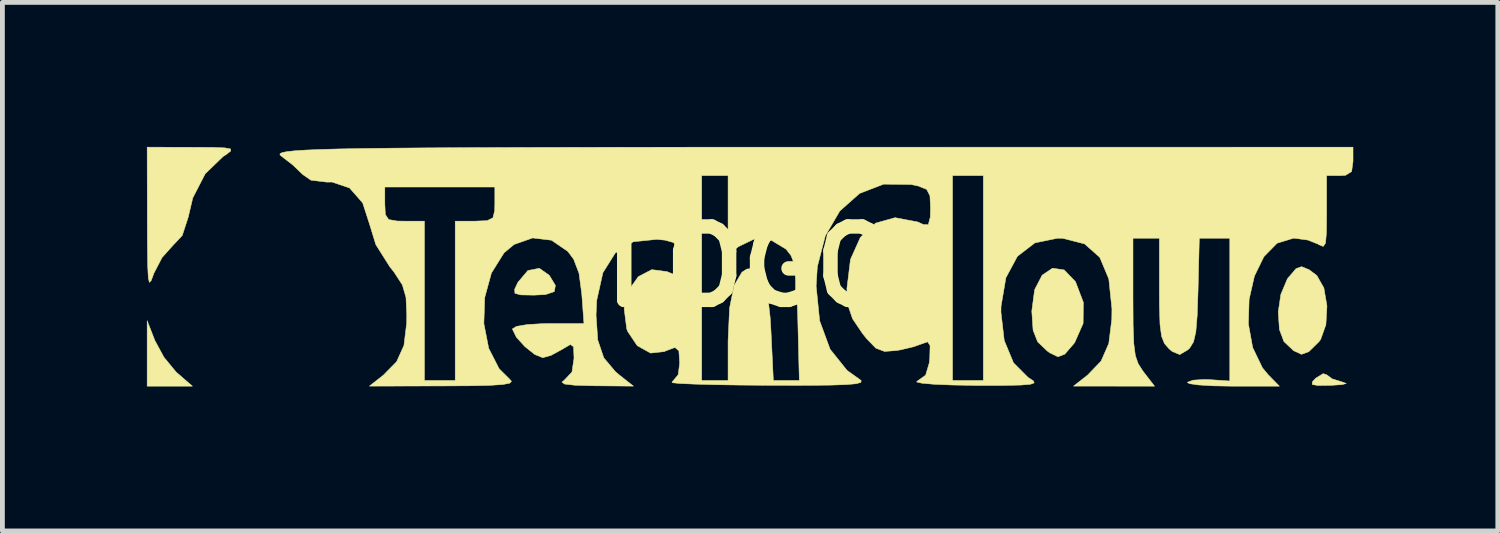
<source format=kicad_pcb>
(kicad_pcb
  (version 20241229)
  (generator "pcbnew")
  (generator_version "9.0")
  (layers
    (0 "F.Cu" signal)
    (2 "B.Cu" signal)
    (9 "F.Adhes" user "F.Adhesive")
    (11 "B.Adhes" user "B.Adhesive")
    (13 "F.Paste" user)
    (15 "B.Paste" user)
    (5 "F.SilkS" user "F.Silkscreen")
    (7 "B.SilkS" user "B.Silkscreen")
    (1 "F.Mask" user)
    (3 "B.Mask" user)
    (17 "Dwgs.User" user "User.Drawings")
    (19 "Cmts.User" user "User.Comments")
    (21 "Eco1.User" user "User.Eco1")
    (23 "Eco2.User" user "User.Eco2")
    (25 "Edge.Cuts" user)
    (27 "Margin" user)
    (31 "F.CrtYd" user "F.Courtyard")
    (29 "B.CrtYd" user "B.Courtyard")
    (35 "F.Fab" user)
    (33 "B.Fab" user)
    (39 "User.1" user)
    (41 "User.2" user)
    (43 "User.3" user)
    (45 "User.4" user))
  (footprint "LOGO"
    (layer "F.Cu")
    (at 12.522 2.486)
    (property "Reference" "LOGO" (at 0 0 0) (layer "F.SilkS") (effects (font (size 1.524 1.524) (thickness 0.3))))
    (attr through_hole)
    (fp_poly (pts (xy -12.357 1.533) (xy -12.169 1.88) (xy -11.919 2.184) (xy -11.887 2.213) (xy -11.577 2.481) (xy -12.517 2.481) (xy -12.517 1.802) (xy -12.517 1.122) (xy -12.357 1.533)) (stroke (width 0.01) (type solid)) (fill yes) (layer "F.SilkS"))
    (fp_poly (pts (xy -4.169 0.179) (xy -4.042 0.389) (xy -4.064 0.517) (xy -4.246 0.579) (xy -4.488 0.591) (xy -4.76 0.586) (xy -4.882 0.554) (xy -4.888 0.469) (xy -4.82 0.325) (xy -4.613 0.08) (xy -4.375 0.034) (xy -4.169 0.179)) (stroke (width 0.01) (type solid)) (fill yes) (layer "F.SilkS"))
    (fp_poly (pts (xy 11.969 2.244) (xy 12.084 2.329) (xy 12.289 2.393) (xy 12.376 2.425) (xy 12.287 2.449) (xy 12.066 2.463) (xy 11.789 2.467) (xy 11.668 2.446) (xy 11.676 2.386) (xy 11.745 2.314) (xy 11.897 2.221) (xy 11.969 2.244)) (stroke (width 0.01) (type solid)) (fill yes) (layer "F.SilkS"))
    (fp_poly (pts (xy 6.521 0.068) (xy 6.753 0.309) (xy 6.755 0.311) (xy 6.919 0.742) (xy 6.914 1.179) (xy 6.74 1.573) (xy 6.72 1.6) (xy 6.534 1.815) (xy 6.393 1.871) (xy 6.222 1.789) (xy 6.167 1.749) (xy 5.97 1.561) (xy 5.875 1.318) (xy 5.849 0.933) (xy 5.849 0.916) (xy 5.907 0.479) (xy 6.063 0.177) (xy 6.279 0.032) (xy 6.521 0.068)) (stroke (width 0.01) (type solid)) (fill yes) (layer "F.SilkS"))
    (fp_poly (pts (xy 11.605 0.063) (xy 11.766 0.184) (xy 11.912 0.442) (xy 11.976 0.816) (xy 11.954 1.205) (xy 11.844 1.513) (xy 11.809 1.559) (xy 11.599 1.765) (xy 11.447 1.82) (xy 11.287 1.746) (xy 11.282 1.743) (xy 11.083 1.555) (xy 10.989 1.304) (xy 10.965 0.938) (xy 11.019 0.575) (xy 11.155 0.251) (xy 11.335 0.04) (xy 11.45 0) (xy 11.605 0.063)) (stroke (width 0.01) (type solid)) (fill yes) (layer "F.SilkS"))
    (fp_poly (pts (xy -11.581 -2.478) (xy -11.163 -2.476) (xy -10.905 -2.466) (xy -10.786 -2.444) (xy -10.782 -2.401) (xy -10.872 -2.331) (xy -10.944 -2.284) (xy -11.312 -1.928) (xy -11.57 -1.428) (xy -11.664 -1.03) (xy -11.788 -0.648) (xy -11.981 -0.442) (xy -12.208 -0.189) (xy -12.379 0.141) (xy -12.38 0.145) (xy -12.433 0.288) (xy -12.47 0.327) (xy -12.493 0.234) (xy -12.506 -0.018) (xy -12.512 -0.457) (xy -12.514 -0.975) (xy -12.517 -2.481) (xy -11.581 -2.478)) (stroke (width 0.01) (type solid)) (fill yes) (layer "F.SilkS"))
    (fp_poly (pts (xy 12.517 -2.186) (xy 12.488 -1.975) (xy 12.362 -1.897) (xy 12.243 -1.89) (xy 11.969 -1.89) (xy 11.969 -1.118) (xy 11.965 -0.708) (xy 11.946 -0.489) (xy 11.899 -0.42) (xy 11.813 -0.454) (xy 11.792 -0.468) (xy 11.581 -0.552) (xy 11.305 -0.59) (xy 11.283 -0.591) (xy 10.941 -0.487) (xy 10.667 -0.208) (xy 10.47 0.196) (xy 10.36 0.678) (xy 10.345 1.189) (xy 10.434 1.68) (xy 10.637 2.101) (xy 10.755 2.243) (xy 10.989 2.481) (xy 10.002 2.481) (xy 9.61 2.474) (xy 9.303 2.455) (xy 9.117 2.428) (xy 9.078 2.4) (xy 9.2 2.356) (xy 9.434 2.342) (xy 9.55 2.346) (xy 9.959 2.374) (xy 9.959 -0.591) (xy 9.326 -0.591) (xy 9.3 0.488) (xy 9.282 1.013) (xy 9.254 1.353) (xy 9.206 1.561) (xy 9.129 1.686) (xy 9.087 1.727) (xy 8.92 1.825) (xy 8.763 1.76) (xy 8.698 1.705) (xy 8.602 1.595) (xy 8.542 1.444) (xy 8.51 1.198) (xy 8.498 0.803) (xy 8.497 0.466) (xy 8.497 -0.591) (xy 7.949 -0.591) (xy 7.949 0.655) (xy 7.952 1.218) (xy 7.966 1.597) (xy 7.998 1.845) (xy 8.057 2.015) (xy 8.15 2.16) (xy 8.173 2.191) (xy 8.397 2.481) (xy 7.556 2.48) (xy 6.715 2.48) (xy 7.007 2.251) (xy 7.287 1.96) (xy 7.447 1.595) (xy 7.509 1.095) (xy 7.512 0.876) (xy 7.447 0.254) (xy 7.259 -0.194) (xy 6.944 -0.473) (xy 6.499 -0.587) (xy 6.387 -0.591) (xy 5.913 -0.494) (xy 5.55 -0.215) (xy 5.311 0.229) (xy 5.21 0.821) (xy 5.208 0.945) (xy 5.276 1.532) (xy 5.469 1.997) (xy 5.77 2.299) (xy 5.785 2.308) (xy 5.88 2.37) (xy 5.898 2.413) (xy 5.818 2.442) (xy 5.62 2.458) (xy 5.284 2.465) (xy 4.79 2.465) (xy 4.66 2.465) (xy 4.196 2.457) (xy 3.824 2.442) (xy 3.57 2.42) (xy 3.457 2.394) (xy 3.472 2.376) (xy 3.644 2.253) (xy 3.72 1.998) (xy 3.73 1.899) (xy 3.737 1.639) (xy 3.687 1.56) (xy 3.593 1.592) (xy 3.397 1.662) (xy 3.119 1.728) (xy 3.04 1.741) (xy 2.791 1.76) (xy 2.611 1.692) (xy 2.422 1.498) (xy 2.332 1.385) (xy 2.127 1.081) (xy 2.032 0.802) (xy 2.01 0.455) (xy 2.084 -0.15) (xy 2.29 -0.609) (xy 2.606 -0.904) (xy 3.009 -1.017) (xy 3.477 -0.929) (xy 3.601 -0.874) (xy 3.7 -0.872) (xy 3.741 -1.03) (xy 3.746 -1.214) (xy 3.734 -1.471) (xy 3.666 -1.604) (xy 3.492 -1.674) (xy 3.34 -1.706) (xy 2.774 -1.713) (xy 2.274 -1.521) (xy 1.863 -1.156) (xy 1.562 -0.641) (xy 1.396 -0.000463) (xy 1.371 0.402) (xy 1.444 1.124) (xy 1.661 1.714) (xy 2.013 2.154) (xy 2.238 2.314) (xy 2.306 2.364) (xy 2.301 2.402) (xy 2.205 2.43) (xy 2.002 2.448) (xy 1.674 2.459) (xy 1.202 2.464) (xy 0.571 2.463) (xy 0.365 2.463) (xy -0.228 2.458) (xy -0.745 2.45) (xy -1.164 2.438) (xy -1.46 2.425) (xy -1.612 2.41) (xy -1.622 2.399) (xy -1.491 2.241) (xy -1.462 2) (xy -1.478 1.749) (xy -1.559 1.677) (xy -1.75 1.748) (xy -1.782 1.763) (xy -2.067 1.794) (xy -2.343 1.64) (xy -2.542 1.343) (xy -2.561 1.292) (xy -2.615 0.869) (xy -2.523 0.491) (xy -2.32 0.207) (xy -2.041 0.062) (xy -1.719 0.104) (xy -1.701 0.113) (xy -1.531 0.181) (xy -1.471 0.119) (xy -1.477 -0.125) (xy -1.479 -0.148) (xy -1.509 -0.382) (xy -1.587 -0.5) (xy -1.765 -0.55) (xy -1.937 -0.567) (xy -2.425 -0.517) (xy -2.8 -0.282) (xy -3.056 0.126) (xy -3.184 0.7) (xy -3.198 1.006) (xy -3.162 1.525) (xy -3.037 1.893) (xy -2.794 2.182) (xy -2.712 2.251) (xy -2.421 2.48) (xy -3.244 2.473) (xy -3.634 2.462) (xy -3.852 2.437) (xy -3.907 2.396) (xy -3.86 2.359) (xy -3.698 2.188) (xy -3.655 1.901) (xy -3.665 1.664) (xy -3.73 1.615) (xy -3.903 1.717) (xy -3.906 1.719) (xy -4.133 1.842) (xy -4.305 1.89) (xy -4.471 1.822) (xy -4.676 1.659) (xy -4.852 1.464) (xy -4.933 1.3) (xy -4.934 1.291) (xy -4.85 1.24) (xy -4.626 1.202) (xy -4.305 1.183) (xy -4.191 1.181) (xy -3.449 1.181) (xy -3.494 0.568) (xy -3.552 0.135) (xy -3.664 -0.157) (xy -3.785 -0.318) (xy -4.123 -0.549) (xy -4.514 -0.596) (xy -4.899 -0.461) (xy -5.108 -0.287) (xy -5.37 0.132) (xy -5.509 0.641) (xy -5.527 1.182) (xy -5.427 1.694) (xy -5.21 2.119) (xy -5.003 2.324) (xy -4.953 2.379) (xy -4.99 2.419) (xy -5.133 2.446) (xy -5.402 2.464) (xy -5.816 2.473) (xy -6.35 2.476) (xy -7.903 2.48) (xy -7.612 2.251) (xy -7.338 1.973) (xy -7.186 1.636) (xy -7.129 1.168) (xy -7.127 0.994) (xy -7.144 0.636) (xy -7.219 0.378) (xy -7.39 0.115) (xy -7.479 0.003) (xy -7.77 -0.458) (xy -7.893 -0.86) (xy -8.043 -1.324) (xy -8.315 -1.634) (xy -8.375 -1.654) (xy -7.583 -1.654) (xy -7.583 -1.3) (xy -7.572 -1.082) (xy -7.503 -0.978) (xy -7.327 -0.947) (xy -7.172 -0.945) (xy -6.761 -0.945) (xy -6.761 2.363) (xy -6.122 2.363) (xy -6.122 -0.945) (xy -5.71 -0.945) (xy -5.458 -0.955) (xy -5.338 -1.015) (xy -5.302 -1.166) (xy -5.299 -1.3) (xy -5.299 -1.654) (xy -7.583 -1.654) (xy -8.375 -1.654) (xy -8.679 -1.757) (xy -8.785 -1.755) (xy -9.116 -1.795) (xy -9.254 -1.89) (xy -1.005 -1.89) (xy -1.005 2.363) (xy -0.457 2.363) (xy -0.457 1.541) (xy -0.426 0.86) (xy -0.331 0.389) (xy -0.169 0.115) (xy -0.067 0.049) (xy 0.122 0.035) (xy 0.26 0.185) (xy 0.356 0.519) (xy 0.417 1.058) (xy 0.434 1.346) (xy 0.483 2.363) (xy 1.022 2.363) (xy 0.991 1.112) (xy 0.973 0.547) (xy 0.949 0.168) (xy 0.911 -0.075) (xy 0.849 -0.232) (xy 0.755 -0.353) (xy 0.744 -0.365) (xy 0.434 -0.552) (xy 0.077 -0.569) (xy -0.246 -0.414) (xy -0.254 -0.407) (xy -0.457 -0.223) (xy -0.457 -1.89) (xy 4.203 -1.89) (xy 4.203 2.363) (xy 4.842 2.363) (xy 4.842 -1.89) (xy 4.203 -1.89) (xy -0.457 -1.89) (xy -1.005 -1.89) (xy -9.254 -1.89) (xy -9.291 -1.917) (xy -9.493 -2.111) (xy -9.731 -2.295) (xy -9.76 -2.322) (xy -9.757 -2.347) (xy -9.711 -2.369) (xy -9.614 -2.388) (xy -9.456 -2.405) (xy -9.23 -2.42) (xy -8.925 -2.433) (xy -8.532 -2.444) (xy -8.043 -2.453) (xy -7.448 -2.46) (xy -6.738 -2.466) (xy -5.904 -2.471) (xy -4.937 -2.474) (xy -3.828 -2.477) (xy -2.568 -2.479) (xy -1.148 -2.48) (xy 0.442 -2.48) (xy 1.256 -2.48) (xy 12.517 -2.481) (xy 12.517 -2.186)) (stroke (width 0.01) (type solid)) (fill yes) (layer "F.SilkS")))
  (gr_rect
    (start -3 -3)
    (end 28.045 7.972)
    (stroke (width 0.1) (type default))
    (fill no)
    (layer "Edge.Cuts")))
</source>
